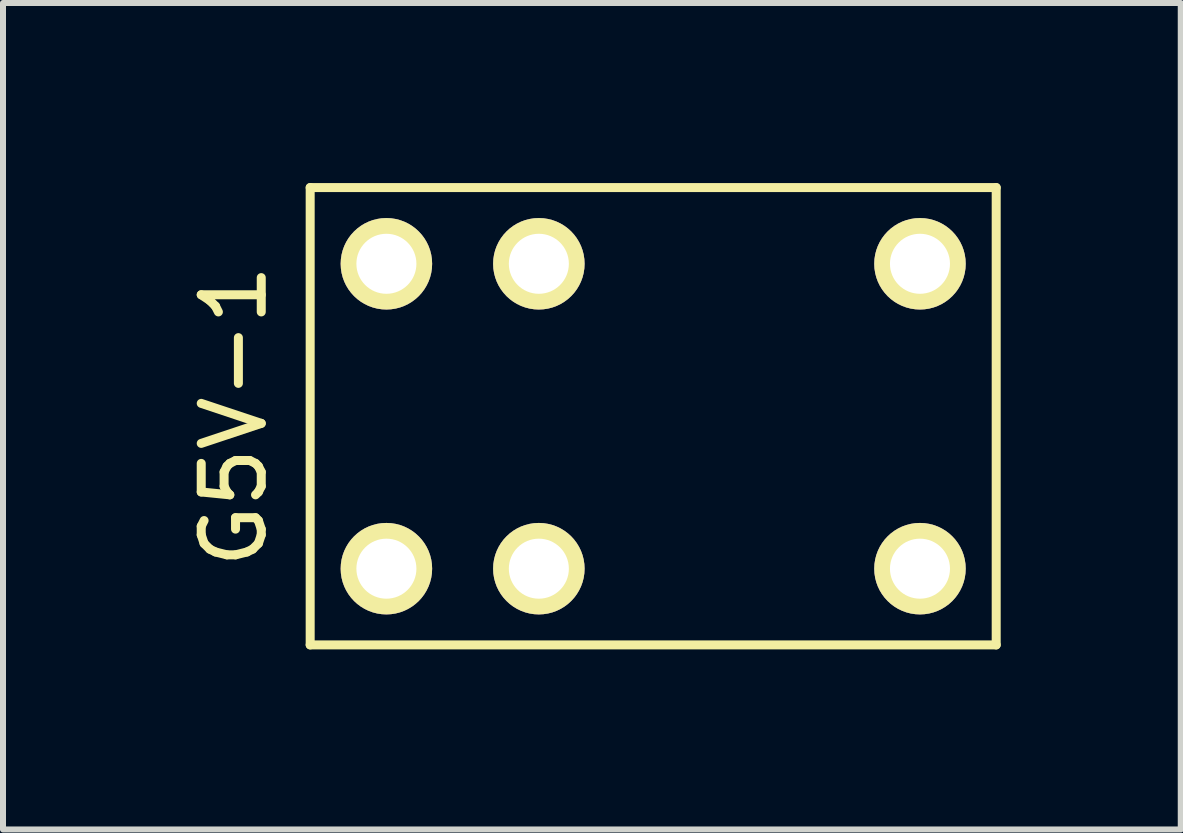
<source format=kicad_pcb>
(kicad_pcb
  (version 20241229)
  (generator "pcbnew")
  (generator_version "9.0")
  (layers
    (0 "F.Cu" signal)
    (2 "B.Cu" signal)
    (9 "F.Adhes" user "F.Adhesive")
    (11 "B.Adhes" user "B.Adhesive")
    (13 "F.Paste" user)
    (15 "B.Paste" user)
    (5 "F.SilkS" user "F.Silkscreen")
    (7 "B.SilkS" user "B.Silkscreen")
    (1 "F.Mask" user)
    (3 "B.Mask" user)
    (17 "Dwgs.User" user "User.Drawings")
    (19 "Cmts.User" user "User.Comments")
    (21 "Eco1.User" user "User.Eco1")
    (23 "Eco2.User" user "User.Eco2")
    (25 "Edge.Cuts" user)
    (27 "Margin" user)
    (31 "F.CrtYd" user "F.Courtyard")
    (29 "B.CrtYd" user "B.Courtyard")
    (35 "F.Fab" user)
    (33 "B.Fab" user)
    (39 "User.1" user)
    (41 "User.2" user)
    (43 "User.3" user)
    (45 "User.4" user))
  (footprint "G5V-1"
    (layer "F.Cu")
    (at 3.388 1.345)
    (property "Reference" "G5V-1" (at -2.54 2.54 90) (layer "F.SilkS") (effects (font (size 1 1) (thickness 0.15))))
    (attr through_hole)
    (fp_line (start -1.27 6.35) (end -1.27 -1.27) (stroke (width 0.15) (type solid)) (layer "F.SilkS"))
    (fp_line (start 10.16 -1.27) (end -1.27 -1.27) (stroke (width 0.15) (type solid)) (layer "F.SilkS"))
    (fp_line (start 10.16 -1.27) (end 10.16 6.35) (stroke (width 0.15) (type solid)) (layer "F.SilkS"))
    (fp_line (start 10.16 6.35) (end -1.27 6.35) (stroke (width 0.15) (type solid)) (layer "F.SilkS"))
    (pad "1" thru_hole circle (at 0 0) (size 1.524 1.524) (drill 1) (layers "*.Cu" "*.Mask" "F.SilkS"))
    (pad "2" thru_hole circle (at 2.54 0) (size 1.524 1.524) (drill 1) (layers "*.Cu" "*.Mask" "F.SilkS"))
    (pad "5" thru_hole circle (at 8.89 0) (size 1.524 1.524) (drill 1) (layers "*.Cu" "*.Mask" "F.SilkS"))
    (pad "6" thru_hole circle (at 8.89 5.08) (size 1.524 1.524) (drill 1) (layers "*.Cu" "*.Mask" "F.SilkS"))
    (pad "9" thru_hole circle (at 2.54 5.08) (size 1.524 1.524) (drill 1) (layers "*.Cu" "*.Mask" "F.SilkS"))
    (pad "10" thru_hole circle (at 0 5.08) (size 1.524 1.524) (drill 1) (layers "*.Cu" "*.Mask" "F.SilkS")))
  (gr_rect
    (start -3 -3)
    (end 16.623 10.77)
    (stroke (width 0.1) (type default))
    (fill no)
    (layer "Edge.Cuts")))
</source>
